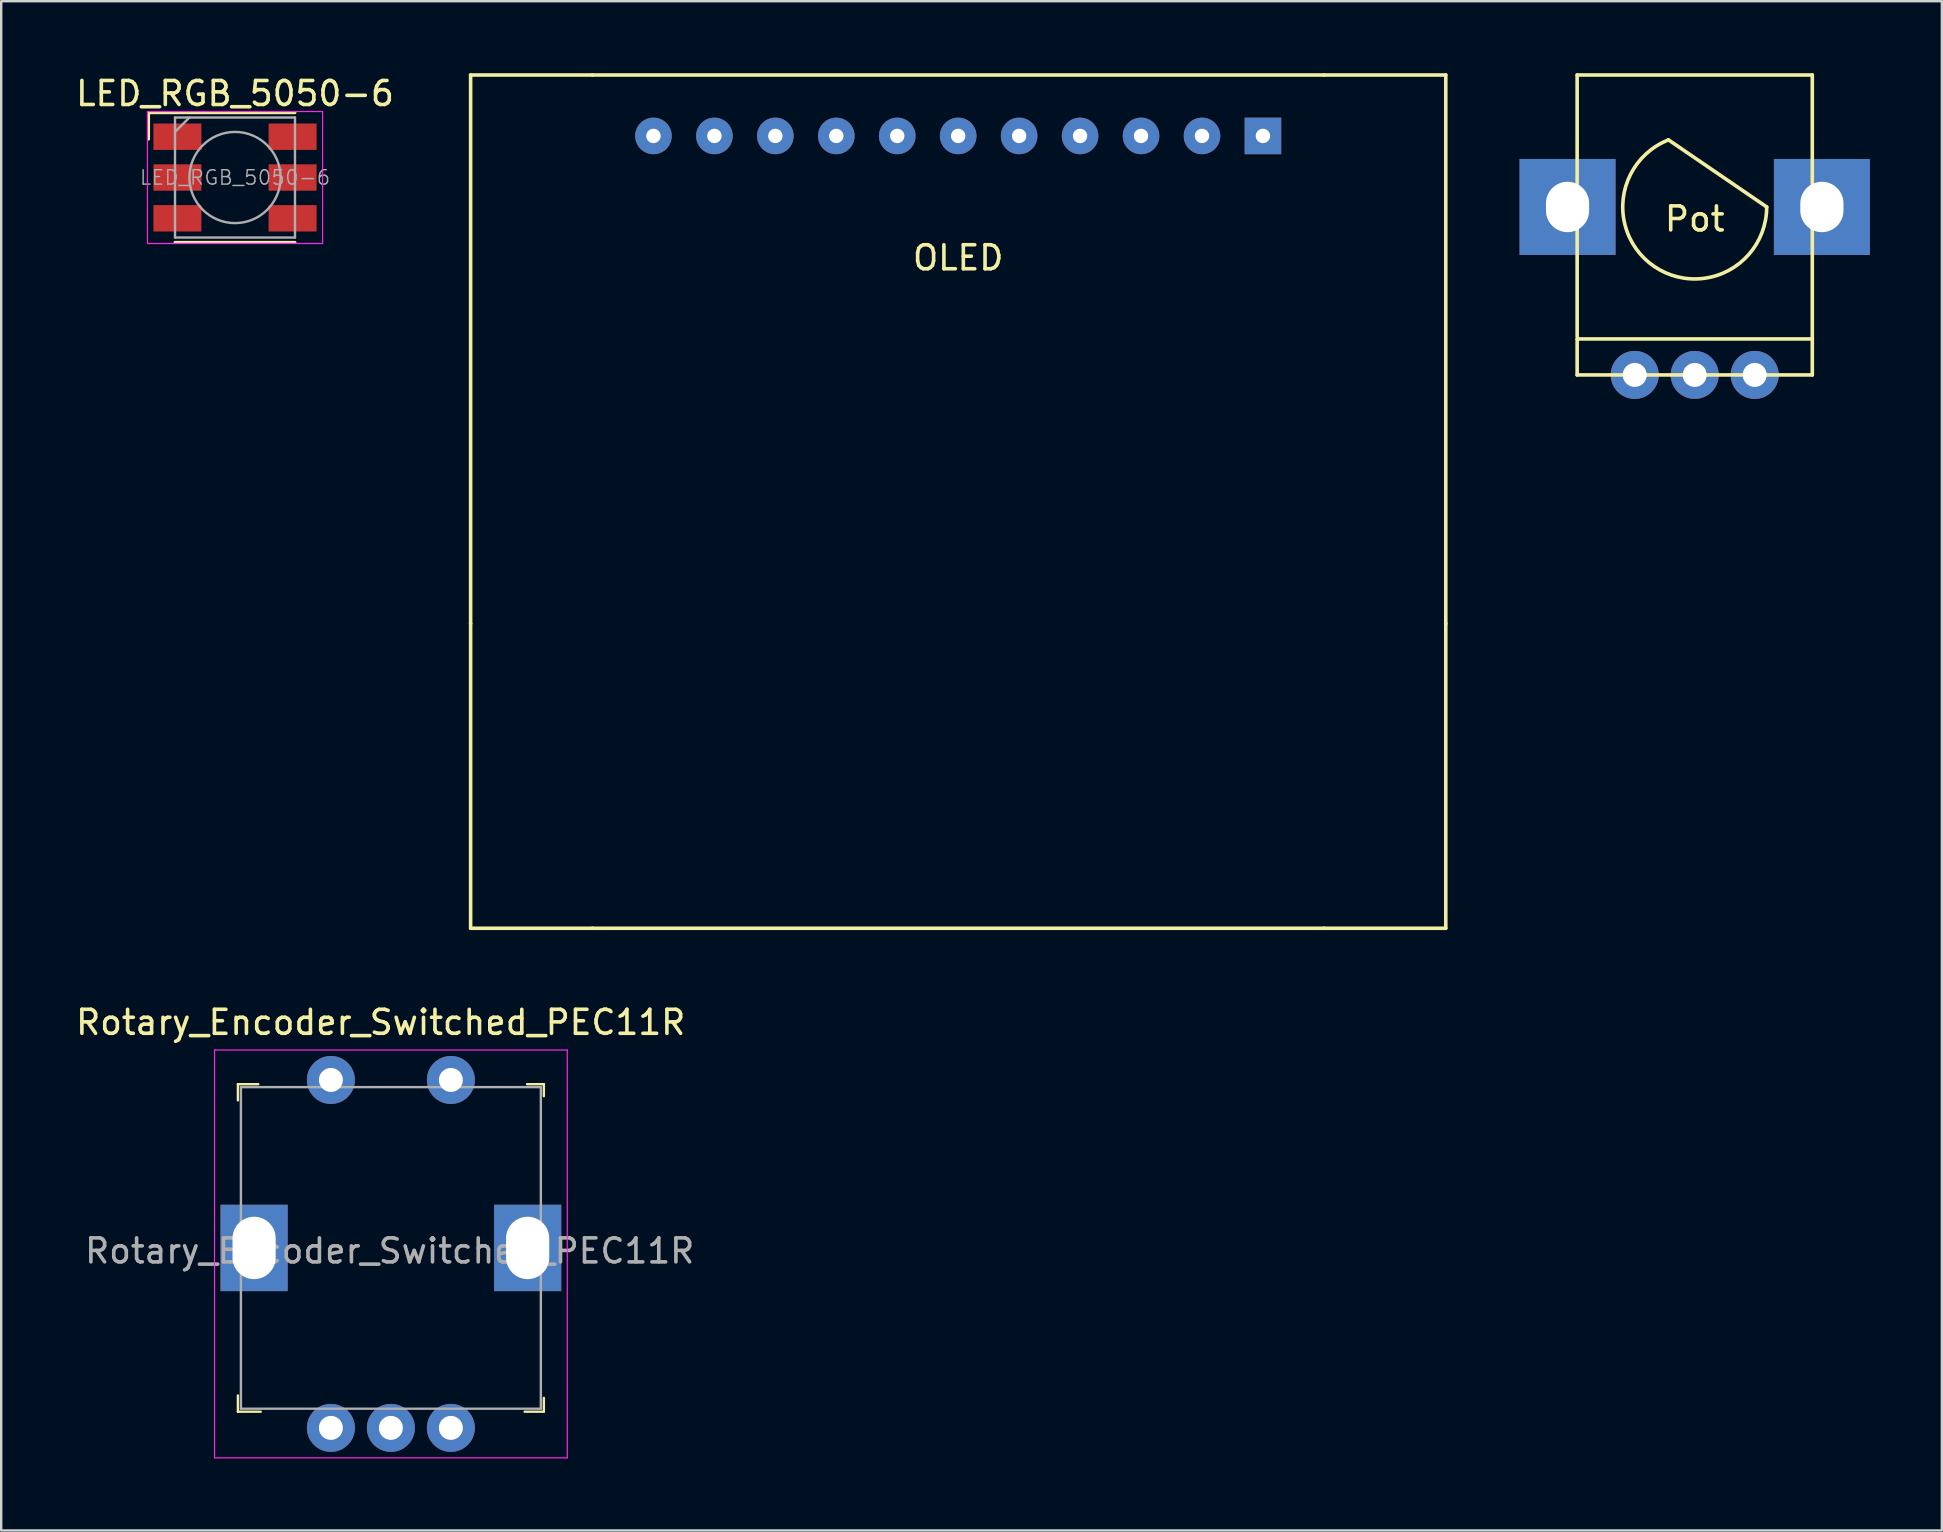
<source format=kicad_pcb>
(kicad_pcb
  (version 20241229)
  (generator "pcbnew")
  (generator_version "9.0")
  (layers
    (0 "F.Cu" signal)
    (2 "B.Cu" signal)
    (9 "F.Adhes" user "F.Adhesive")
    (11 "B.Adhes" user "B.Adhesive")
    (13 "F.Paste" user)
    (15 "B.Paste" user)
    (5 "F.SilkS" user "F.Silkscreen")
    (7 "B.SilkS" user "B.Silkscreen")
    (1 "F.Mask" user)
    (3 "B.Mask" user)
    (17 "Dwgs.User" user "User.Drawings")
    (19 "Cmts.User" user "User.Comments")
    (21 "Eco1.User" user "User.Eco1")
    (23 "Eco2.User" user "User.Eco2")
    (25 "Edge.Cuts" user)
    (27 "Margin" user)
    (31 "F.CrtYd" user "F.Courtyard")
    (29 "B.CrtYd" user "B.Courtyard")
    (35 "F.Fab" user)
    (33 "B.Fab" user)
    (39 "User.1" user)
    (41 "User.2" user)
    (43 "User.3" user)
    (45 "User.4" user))
  (footprint "Pot"
    (layer "F.Cu")
    (at 67.578 5.575)
    (property "Reference" "Pot" (at 0 0.5 0) (layer "F.SilkS") (effects (font (size 1 1) (thickness 0.15))))
    (attr through_hole)
    (fp_line (start -4.9 -5.5) (end 4.9 -5.5) (stroke (width 0.15) (type solid)) (layer "F.SilkS"))
    (fp_line (start -4.9 5.4) (end -4.9 -5.5) (stroke (width 0.15) (type solid)) (layer "F.SilkS"))
    (fp_line (start -4.9 7) (end -4.9 5.5) (stroke (width 0.15) (type solid)) (layer "F.SilkS"))
    (fp_line (start -1.1 -2.8) (end 3 0) (stroke (width 0.15) (type solid)) (layer "F.SilkS"))
    (fp_line (start 4.9 -5.5) (end 4.9 5.5) (stroke (width 0.15) (type solid)) (layer "F.SilkS"))
    (fp_line (start 4.9 5.5) (end -4.9 5.5) (stroke (width 0.15) (type solid)) (layer "F.SilkS"))
    (fp_line (start 4.9 5.5) (end 4.9 7) (stroke (width 0.15) (type solid)) (layer "F.SilkS"))
    (fp_line (start 4.9 7) (end -4.9 7) (stroke (width 0.15) (type solid)) (layer "F.SilkS"))
    (fp_arc (start 3 0) (mid -1.689546 2.478999) (end -1.096957 -2.792254) (stroke (width 0.15) (type solid)) (layer "F.SilkS"))
    (pad "1" thru_hole circle (at -2.5 7) (size 2 2) (drill 1) (layers "*.Cu" "*.Mask"))
    (pad "2" thru_hole circle (at 0 7) (size 2 2) (drill 1) (layers "*.Cu" "*.Mask"))
    (pad "3" thru_hole circle (at 2.5 7) (size 2 2) (drill 1) (layers "*.Cu" "*.Mask"))
    (pad "4" thru_hole rect (at -5.3 0) (size 4 4) (drill oval 1.8 2.1) (layers "*.Cu" "*.Mask"))
    (pad "4" thru_hole rect (at 5.3 0) (size 4 4) (drill oval 1.8 2.1) (layers "*.Cu" "*.Mask")))
  (footprint "Rotary_Encoder_Switched_PEC11R"
    (layer "F.Cu")
    (at 13.24 48.858)
    (property "Reference" "Rotary_Encoder_Switched_PEC11R" (at -0.425 -9.3 0) (layer "F.SilkS") (effects (font (size 1 1) (thickness 0.15))))
    (attr through_hole)
    (fp_line (start -6.375 -6.725) (end -6.375 -6.05) (stroke (width 0.1) (type solid)) (layer "F.SilkS"))
    (fp_line (start -6.375 6.925) (end -6.375 6.25) (stroke (width 0.1) (type solid)) (layer "F.SilkS"))
    (fp_line (start -5.525 -6.725) (end -6.375 -6.725) (stroke (width 0.1) (type solid)) (layer "F.SilkS"))
    (fp_line (start -5.425 6.925) (end -6.375 6.925) (stroke (width 0.1) (type solid)) (layer "F.SilkS"))
    (fp_line (start 5.675 -6.725) (end 6.375 -6.725) (stroke (width 0.1) (type solid)) (layer "F.SilkS"))
    (fp_line (start 6.375 -6.725) (end 6.375 -6.225) (stroke (width 0.1) (type solid)) (layer "F.SilkS"))
    (fp_line (start 6.375 6.35) (end 6.375 6.925) (stroke (width 0.1) (type solid)) (layer "F.SilkS"))
    (fp_line (start 6.375 6.925) (end 5.575 6.925) (stroke (width 0.1) (type solid)) (layer "F.SilkS"))
    (fp_line (start -7.35 -8.15) (end 7.35 -8.15) (stroke (width 0.05) (type solid)) (layer "F.CrtYd"))
    (fp_line (start -7.35 8.85) (end -7.35 -8.15) (stroke (width 0.05) (type solid)) (layer "F.CrtYd"))
    (fp_line (start 7.35 -8.15) (end 7.35 8.85) (stroke (width 0.05) (type solid)) (layer "F.CrtYd"))
    (fp_line (start 7.35 8.85) (end -7.35 8.85) (stroke (width 0.05) (type solid)) (layer "F.CrtYd"))
    (fp_line (start -6.25 -6.6) (end -6.25 6.8) (stroke (width 0.1) (type solid)) (layer "F.Fab"))
    (fp_line (start -6.25 -6.6) (end 6.25 -6.6) (stroke (width 0.1) (type solid)) (layer "F.Fab"))
    (fp_line (start -6.25 6.8) (end 6.25 6.8) (stroke (width 0.1) (type solid)) (layer "F.Fab"))
    (fp_line (start 6.25 -6.6) (end 6.25 6.8) (stroke (width 0.1) (type solid)) (layer "F.Fab"))
    (fp_text user "${REFERENCE}" (at -0.05 0.225 0) (layer "F.Fab") (effects (font (size 1 1) (thickness 0.15))))
    (pad "1" thru_hole circle (at -2.5 -6.9) (size 2 2) (drill 1) (layers "*.Cu" "*.Mask"))
    (pad "2" thru_hole circle (at 2.5 -6.9) (size 2 2) (drill 1) (layers "*.Cu" "*.Mask"))
    (pad "3" thru_hole rect (at -5.7 0.1) (size 2.8 3.6) (drill oval 1.8 2.6) (layers "*.Cu" "*.Mask"))
    (pad "3" thru_hole rect (at 5.7 0.1) (size 2.8 3.6) (drill oval 1.8 2.6) (layers "*.Cu" "*.Mask"))
    (pad "A" thru_hole circle (at -2.5 7.6) (size 2 2) (drill 1) (layers "*.Cu" "*.Mask"))
    (pad "B" thru_hole circle (at 0 7.6) (size 2 2) (drill 1) (layers "*.Cu" "*.Mask"))
    (pad "C" thru_hole circle (at 2.5 7.6) (size 2 2) (drill 1) (layers "*.Cu" "*.Mask")))
  (footprint "OLED"
    (layer "F.Cu")
    (at 36.883 2.615)
    (property "Reference" "OLED" (at 0 5.08 0) (layer "F.SilkS") (effects (font (size 1 1) (thickness 0.15))))
    (attr through_hole)
    (fp_line (start -20.32 -2.54) (end -20.32 20.32) (stroke (width 0.15) (type solid)) (layer "F.SilkS"))
    (fp_line (start -20.32 -2.54) (end -15.24 -2.54) (stroke (width 0.15) (type solid)) (layer "F.SilkS"))
    (fp_line (start -20.32 33.02) (end -20.32 20.32) (stroke (width 0.15) (type solid)) (layer "F.SilkS"))
    (fp_line (start -15.24 33.02) (end -20.32 33.02) (stroke (width 0.15) (type solid)) (layer "F.SilkS"))
    (fp_line (start -15.24 33.02) (end 15.24 33.02) (stroke (width 0.15) (type solid)) (layer "F.SilkS"))
    (fp_line (start 15.24 -2.54) (end -15.24 -2.54) (stroke (width 0.15) (type solid)) (layer "F.SilkS"))
    (fp_line (start 15.24 -2.54) (end 20.32 -2.54) (stroke (width 0.15) (type solid)) (layer "F.SilkS"))
    (fp_line (start 20.32 20.32) (end 20.32 -2.54) (stroke (width 0.15) (type solid)) (layer "F.SilkS"))
    (fp_line (start 20.32 20.32) (end 20.32 33.02) (stroke (width 0.15) (type solid)) (layer "F.SilkS"))
    (fp_line (start 20.32 33.02) (end 15.24 33.02) (stroke (width 0.15) (type solid)) (layer "F.SilkS"))
    (pad "1" thru_hole circle (at -12.7 0) (size 1.524 1.524) (drill 0.6) (layers "*.Cu" "*.Mask"))
    (pad "2" thru_hole circle (at -10.16 0) (size 1.524 1.524) (drill 0.6) (layers "*.Cu" "*.Mask"))
    (pad "3" thru_hole circle (at -7.62 0) (size 1.524 1.524) (drill 0.6) (layers "*.Cu" "*.Mask"))
    (pad "4" thru_hole circle (at -5.08 0) (size 1.524 1.524) (drill 0.6) (layers "*.Cu" "*.Mask"))
    (pad "5" thru_hole circle (at -2.54 0) (size 1.524 1.524) (drill 0.6) (layers "*.Cu" "*.Mask"))
    (pad "6" thru_hole circle (at 0 0) (size 1.524 1.524) (drill 0.6) (layers "*.Cu" "*.Mask"))
    (pad "7" thru_hole circle (at 2.54 0) (size 1.524 1.524) (drill 0.6) (layers "*.Cu" "*.Mask"))
    (pad "8" thru_hole circle (at 5.08 0) (size 1.524 1.524) (drill 0.6) (layers "*.Cu" "*.Mask"))
    (pad "9" thru_hole circle (at 7.62 0) (size 1.524 1.524) (drill 0.6) (layers "*.Cu" "*.Mask"))
    (pad "10" thru_hole circle (at 10.16 0) (size 1.524 1.524) (drill 0.6) (layers "*.Cu" "*.Mask"))
    (pad "11" thru_hole rect (at 12.7 0) (size 1.524 1.524) (drill 0.6) (layers "*.Cu" "*.Mask")))
  (footprint "LED_RGB_5050-6"
    (layer "F.Cu")
    (at 6.744 4.348)
    (property "Reference" "LED_RGB_5050-6" (at 0 -3.5 180) (layer "F.SilkS") (effects (font (size 1 1) (thickness 0.15))))
    (attr smd)
    (fp_line (start -3.6 -2.7) (end 2.5 -2.7) (stroke (width 0.12) (type solid)) (layer "F.SilkS"))
    (fp_line (start -3.6 -1.6) (end -3.6 -2.7) (stroke (width 0.12) (type solid)) (layer "F.SilkS"))
    (fp_line (start 2.5 2.7) (end -2.5 2.7) (stroke (width 0.12) (type solid)) (layer "F.SilkS"))
    (fp_line (start -3.65 -2.75) (end -3.65 2.75) (stroke (width 0.05) (type solid)) (layer "F.CrtYd"))
    (fp_line (start -3.65 2.75) (end 3.65 2.75) (stroke (width 0.05) (type solid)) (layer "F.CrtYd"))
    (fp_line (start 3.65 -2.75) (end -3.65 -2.75) (stroke (width 0.05) (type solid)) (layer "F.CrtYd"))
    (fp_line (start 3.65 2.75) (end 3.65 -2.75) (stroke (width 0.05) (type solid)) (layer "F.CrtYd"))
    (fp_line (start -2.5 -2.5) (end -2.5 2.5) (stroke (width 0.1) (type solid)) (layer "F.Fab"))
    (fp_line (start -2.5 -1.9) (end -1.9 -2.5) (stroke (width 0.1) (type solid)) (layer "F.Fab"))
    (fp_line (start -2.5 2.5) (end 2.5 2.5) (stroke (width 0.1) (type solid)) (layer "F.Fab"))
    (fp_line (start 2.5 -2.5) (end -2.5 -2.5) (stroke (width 0.1) (type solid)) (layer "F.Fab"))
    (fp_line (start 2.5 2.5) (end 2.5 -2.5) (stroke (width 0.1) (type solid)) (layer "F.Fab"))
    (fp_circle (center 0 0) (end 0 -1.9) (stroke (width 0.1) (type solid)) (fill no) (layer "F.Fab"))
    (fp_text user "${REFERENCE}" (at 0 0 0) (layer "F.Fab") (effects (font (size 0.6 0.6) (thickness 0.06))))
    (pad "1" smd rect (at -2.4 -1.7 90) (size 1.1 2) (layers "F.Cu" "F.Mask" "F.Paste"))
    (pad "2" smd rect (at -2.4 0 90) (size 1.1 2) (layers "F.Cu" "F.Mask" "F.Paste"))
    (pad "3" smd rect (at -2.4 1.7 90) (size 1.1 2) (layers "F.Cu" "F.Mask" "F.Paste"))
    (pad "4" smd rect (at 2.4 1.7 90) (size 1.1 2) (layers "F.Cu" "F.Mask" "F.Paste"))
    (pad "5" smd rect (at 2.4 0 90) (size 1.1 2) (layers "F.Cu" "F.Mask" "F.Paste"))
    (pad "6" smd rect (at 2.4 -1.7 90) (size 1.1 2) (layers "F.Cu" "F.Mask" "F.Paste")))
  (gr_rect
    (start -3 -3)
    (end 77.878 60.733)
    (stroke (width 0.1) (type default))
    (fill no)
    (layer "Edge.Cuts")))
</source>
